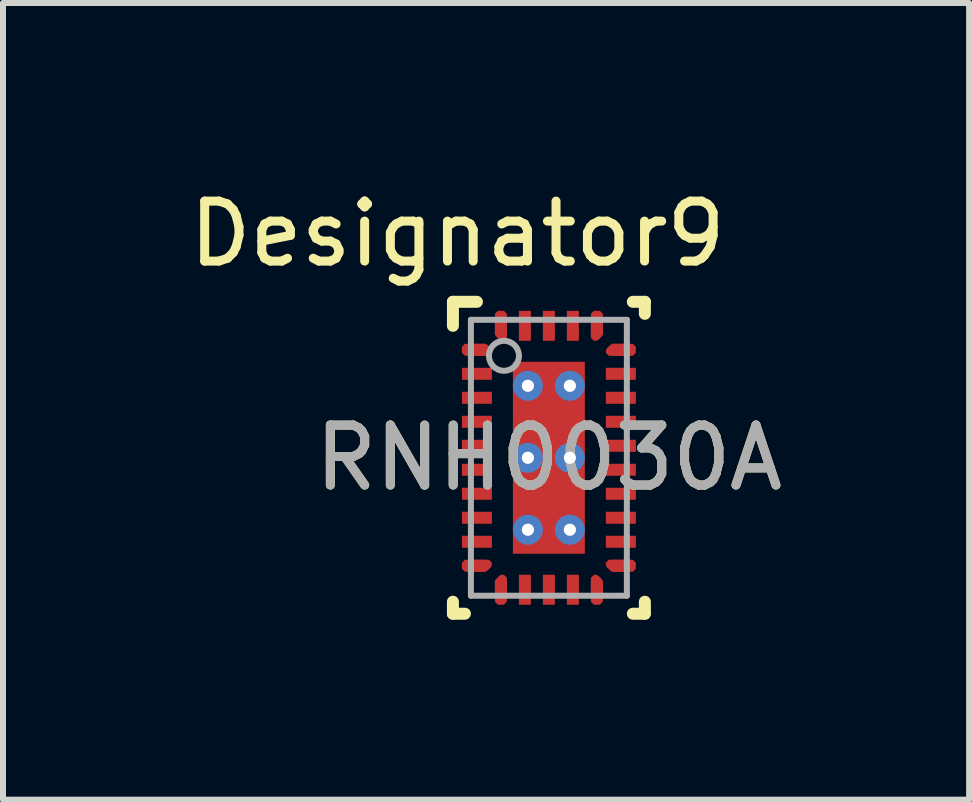
<source format=kicad_pcb>
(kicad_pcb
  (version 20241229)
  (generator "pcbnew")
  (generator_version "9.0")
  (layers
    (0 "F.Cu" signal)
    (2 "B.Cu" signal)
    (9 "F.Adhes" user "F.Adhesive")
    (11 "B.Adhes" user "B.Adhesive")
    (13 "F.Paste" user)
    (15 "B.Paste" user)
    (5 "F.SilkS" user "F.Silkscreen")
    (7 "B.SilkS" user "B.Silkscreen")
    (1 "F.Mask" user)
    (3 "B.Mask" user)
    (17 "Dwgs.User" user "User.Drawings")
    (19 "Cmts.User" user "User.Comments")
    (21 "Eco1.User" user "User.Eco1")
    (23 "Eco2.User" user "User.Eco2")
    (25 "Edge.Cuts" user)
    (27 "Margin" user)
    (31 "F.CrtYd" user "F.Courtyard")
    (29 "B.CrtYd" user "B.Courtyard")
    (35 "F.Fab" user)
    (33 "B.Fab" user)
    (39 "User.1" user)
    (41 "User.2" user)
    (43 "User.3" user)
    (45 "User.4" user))
  (footprint "RNH0030A"
    (layer "F.Cu")
    (at 6.101 4.582)
    (property "Reference" "RNH0030A" (at 0 0 0) (unlocked yes) (layer "F.SilkS") (effects (font (size 1 1) (thickness 0.15))))
    (attr smd)
    (fp_poly (pts (xy -0.965 -1.823) (xy -0.95 -1.788) (xy -0.95 -1.75) (xy -1 -1.7) (xy -1.4 -1.7) (xy -1.45 -1.75) (xy -1.45 -1.85) (xy -1.4 -1.9) (xy -1.062 -1.9) (xy -1.027 -1.885)) (stroke (width 0) (type solid)) (fill yes) (layer "F.Cu"))
    (fp_poly (pts (xy -0.965 1.823) (xy -0.95 1.788) (xy -0.95 1.75) (xy -1 1.7) (xy -1.4 1.7) (xy -1.45 1.75) (xy -1.45 1.85) (xy -1.4 1.9) (xy -1.062 1.9) (xy -1.027 1.885)) (stroke (width 0) (type solid)) (fill yes) (layer "F.Cu"))
    (fp_poly (pts (xy 0.965 -1.823) (xy 0.95 -1.788) (xy 0.95 -1.75) (xy 1 -1.7) (xy 1.4 -1.7) (xy 1.45 -1.75) (xy 1.45 -1.85) (xy 1.4 -1.9) (xy 1.062 -1.9) (xy 1.027 -1.885)) (stroke (width 0) (type solid)) (fill yes) (layer "F.Cu"))
    (fp_poly (pts (xy 0.965 1.823) (xy 0.95 1.788) (xy 0.95 1.75) (xy 1 1.7) (xy 1.4 1.7) (xy 1.45 1.75) (xy 1.45 1.85) (xy 1.4 1.9) (xy 1.062 1.9) (xy 1.027 1.885)) (stroke (width 0) (type solid)) (fill yes) (layer "F.Cu"))
    (fp_poly (pts (xy -0.7 -2.4) (xy -0.75 -2.45) (xy -0.85 -2.45) (xy -0.9 -2.4) (xy -0.9 -2.062) (xy -0.885 -2.027) (xy -0.823 -1.965) (xy -0.823 -1.965) (xy -0.788 -1.95) (xy -0.75 -1.95) (xy -0.7 -2) (xy -0.7 -2)) (stroke (width 0) (type solid)) (fill yes) (layer "F.Cu"))
    (fp_poly (pts (xy -0.7 2.4) (xy -0.75 2.45) (xy -0.85 2.45) (xy -0.9 2.4) (xy -0.9 2.062) (xy -0.885 2.027) (xy -0.823 1.965) (xy -0.823 1.965) (xy -0.788 1.95) (xy -0.75 1.95) (xy -0.7 2) (xy -0.7 2)) (stroke (width 0) (type solid)) (fill yes) (layer "F.Cu"))
    (fp_poly (pts (xy 0.7 -2.4) (xy 0.75 -2.45) (xy 0.85 -2.45) (xy 0.9 -2.4) (xy 0.9 -2.062) (xy 0.885 -2.027) (xy 0.823 -1.965) (xy 0.823 -1.965) (xy 0.788 -1.95) (xy 0.75 -1.95) (xy 0.7 -2) (xy 0.7 -2)) (stroke (width 0) (type solid)) (fill yes) (layer "F.Cu"))
    (fp_poly (pts (xy 0.7 2.4) (xy 0.75 2.45) (xy 0.85 2.45) (xy 0.9 2.4) (xy 0.9 2.062) (xy 0.885 2.027) (xy 0.823 1.965) (xy 0.823 1.965) (xy 0.788 1.95) (xy 0.75 1.95) (xy 0.7 2) (xy 0.7 2)) (stroke (width 0) (type solid)) (fill yes) (layer "F.Cu"))
    (fp_poly (pts (xy -0.929 -1.859) (xy -0.923 -1.851) (xy -0.918 -1.842) (xy -0.904 -1.807) (xy -0.901 -1.798) (xy -0.9 -1.788) (xy -0.9 -1.75) (xy -0.901 -1.74) (xy -0.904 -1.731) (xy -0.908 -1.722) (xy -0.915 -1.715) (xy -0.965 -1.665) (xy -0.972 -1.658) (xy -0.981 -1.654) (xy -0.99 -1.651) (xy -1 -1.65) (xy -1.4 -1.65) (xy -1.41 -1.651) (xy -1.419 -1.654) (xy -1.428 -1.658) (xy -1.435 -1.665) (xy -1.485 -1.715) (xy -1.492 -1.722) (xy -1.496 -1.731) (xy -1.499 -1.74) (xy -1.5 -1.75) (xy -1.5 -1.85) (xy -1.499 -1.86) (xy -1.496 -1.869) (xy -1.492 -1.878) (xy -1.485 -1.885) (xy -1.435 -1.935) (xy -1.428 -1.942) (xy -1.419 -1.946) (xy -1.41 -1.949) (xy -1.4 -1.95) (xy -1.062 -1.95) (xy -1.052 -1.949) (xy -1.043 -1.946) (xy -1.008 -1.932) (xy -0.999 -1.927) (xy -0.991 -1.921)) (stroke (width 0) (type solid)) (fill yes) (layer "F.Mask"))
    (fp_poly (pts (xy -0.929 1.859) (xy -0.991 1.921) (xy -0.999 1.927) (xy -1.008 1.932) (xy -1.043 1.946) (xy -1.052 1.949) (xy -1.062 1.95) (xy -1.4 1.95) (xy -1.41 1.949) (xy -1.419 1.946) (xy -1.428 1.942) (xy -1.435 1.935) (xy -1.485 1.885) (xy -1.492 1.878) (xy -1.496 1.869) (xy -1.499 1.86) (xy -1.5 1.85) (xy -1.5 1.75) (xy -1.499 1.74) (xy -1.496 1.731) (xy -1.492 1.722) (xy -1.485 1.715) (xy -1.435 1.665) (xy -1.428 1.658) (xy -1.419 1.654) (xy -1.41 1.651) (xy -1.4 1.65) (xy -1 1.65) (xy -0.99 1.651) (xy -0.981 1.654) (xy -0.972 1.658) (xy -0.965 1.665) (xy -0.915 1.715) (xy -0.908 1.722) (xy -0.904 1.731) (xy -0.901 1.74) (xy -0.9 1.75) (xy -0.9 1.788) (xy -0.901 1.798) (xy -0.904 1.807) (xy -0.918 1.842) (xy -0.923 1.851)) (stroke (width 0) (type solid)) (fill yes) (layer "F.Mask"))
    (fp_poly (pts (xy 0.929 -1.859) (xy 0.991 -1.921) (xy 0.999 -1.927) (xy 1.008 -1.932) (xy 1.043 -1.946) (xy 1.052 -1.949) (xy 1.062 -1.95) (xy 1.4 -1.95) (xy 1.41 -1.949) (xy 1.419 -1.946) (xy 1.428 -1.942) (xy 1.435 -1.935) (xy 1.485 -1.885) (xy 1.492 -1.878) (xy 1.496 -1.869) (xy 1.499 -1.86) (xy 1.5 -1.85) (xy 1.5 -1.75) (xy 1.499 -1.74) (xy 1.496 -1.731) (xy 1.492 -1.722) (xy 1.485 -1.715) (xy 1.435 -1.665) (xy 1.428 -1.658) (xy 1.419 -1.654) (xy 1.41 -1.651) (xy 1.4 -1.65) (xy 1 -1.65) (xy 0.99 -1.651) (xy 0.981 -1.654) (xy 0.972 -1.658) (xy 0.965 -1.665) (xy 0.915 -1.715) (xy 0.908 -1.722) (xy 0.904 -1.731) (xy 0.901 -1.74) (xy 0.9 -1.75) (xy 0.9 -1.788) (xy 0.901 -1.798) (xy 0.904 -1.807) (xy 0.918 -1.842) (xy 0.923 -1.851)) (stroke (width 0) (type solid)) (fill yes) (layer "F.Mask"))
    (fp_poly (pts (xy 0.929 1.859) (xy 0.923 1.851) (xy 0.918 1.842) (xy 0.904 1.807) (xy 0.901 1.798) (xy 0.9 1.788) (xy 0.9 1.75) (xy 0.901 1.74) (xy 0.904 1.731) (xy 0.908 1.722) (xy 0.915 1.715) (xy 0.965 1.665) (xy 0.972 1.658) (xy 0.981 1.654) (xy 0.99 1.651) (xy 1 1.65) (xy 1.4 1.65) (xy 1.41 1.651) (xy 1.419 1.654) (xy 1.428 1.658) (xy 1.435 1.665) (xy 1.485 1.715) (xy 1.492 1.722) (xy 1.496 1.731) (xy 1.499 1.74) (xy 1.5 1.75) (xy 1.5 1.85) (xy 1.499 1.86) (xy 1.496 1.869) (xy 1.492 1.878) (xy 1.485 1.885) (xy 1.435 1.935) (xy 1.428 1.942) (xy 1.419 1.946) (xy 1.41 1.949) (xy 1.4 1.95) (xy 1.062 1.95) (xy 1.052 1.949) (xy 1.043 1.946) (xy 1.008 1.932) (xy 0.999 1.927) (xy 0.991 1.921)) (stroke (width 0) (type solid)) (fill yes) (layer "F.Mask"))
    (fp_poly (pts (xy -0.665 -1.965) (xy -0.715 -1.915) (xy -0.722 -1.908) (xy -0.731 -1.904) (xy -0.74 -1.901) (xy -0.75 -1.9) (xy -0.788 -1.9) (xy -0.798 -1.901) (xy -0.807 -1.904) (xy -0.842 -1.918) (xy -0.851 -1.923) (xy -0.859 -1.929) (xy -0.921 -1.991) (xy -0.927 -1.999) (xy -0.932 -2.008) (xy -0.946 -2.043) (xy -0.949 -2.052) (xy -0.95 -2.062) (xy -0.95 -2.4) (xy -0.949 -2.41) (xy -0.946 -2.419) (xy -0.942 -2.428) (xy -0.935 -2.435) (xy -0.885 -2.485) (xy -0.878 -2.492) (xy -0.869 -2.496) (xy -0.86 -2.499) (xy -0.85 -2.5) (xy -0.75 -2.5) (xy -0.74 -2.499) (xy -0.731 -2.496) (xy -0.722 -2.492) (xy -0.715 -2.485) (xy -0.665 -2.435) (xy -0.658 -2.428) (xy -0.654 -2.419) (xy -0.651 -2.41) (xy -0.65 -2.4) (xy -0.65 -2) (xy -0.651 -1.99) (xy -0.654 -1.981) (xy -0.658 -1.972) (xy -0.665 -1.965)) (stroke (width 0) (type solid)) (fill yes) (layer "F.Mask"))
    (fp_poly (pts (xy -0.665 1.965) (xy -0.665 1.965) (xy -0.658 1.972) (xy -0.654 1.981) (xy -0.651 1.99) (xy -0.65 2) (xy -0.65 2.4) (xy -0.651 2.41) (xy -0.654 2.419) (xy -0.658 2.428) (xy -0.665 2.435) (xy -0.715 2.485) (xy -0.722 2.492) (xy -0.731 2.496) (xy -0.74 2.499) (xy -0.75 2.5) (xy -0.85 2.5) (xy -0.86 2.499) (xy -0.869 2.496) (xy -0.878 2.492) (xy -0.885 2.485) (xy -0.935 2.435) (xy -0.942 2.428) (xy -0.946 2.419) (xy -0.949 2.41) (xy -0.95 2.4) (xy -0.95 2.062) (xy -0.949 2.052) (xy -0.946 2.043) (xy -0.932 2.008) (xy -0.927 1.999) (xy -0.921 1.991) (xy -0.859 1.929) (xy -0.851 1.923) (xy -0.842 1.918) (xy -0.807 1.904) (xy -0.798 1.901) (xy -0.788 1.9) (xy -0.75 1.9) (xy -0.74 1.901) (xy -0.731 1.904) (xy -0.722 1.908) (xy -0.715 1.915)) (stroke (width 0) (type solid)) (fill yes) (layer "F.Mask"))
    (fp_poly (pts (xy 0.65 -2.4) (xy 0.651 -2.41) (xy 0.654 -2.419) (xy 0.658 -2.428) (xy 0.665 -2.435) (xy 0.715 -2.485) (xy 0.722 -2.492) (xy 0.731 -2.496) (xy 0.74 -2.499) (xy 0.75 -2.5) (xy 0.85 -2.5) (xy 0.86 -2.499) (xy 0.869 -2.496) (xy 0.878 -2.492) (xy 0.885 -2.485) (xy 0.935 -2.435) (xy 0.942 -2.428) (xy 0.946 -2.419) (xy 0.949 -2.41) (xy 0.95 -2.4) (xy 0.95 -2.062) (xy 0.949 -2.052) (xy 0.946 -2.043) (xy 0.932 -2.008) (xy 0.927 -1.999) (xy 0.921 -1.991) (xy 0.859 -1.929) (xy 0.851 -1.923) (xy 0.842 -1.918) (xy 0.807 -1.904) (xy 0.798 -1.901) (xy 0.788 -1.9) (xy 0.75 -1.9) (xy 0.74 -1.901) (xy 0.731 -1.904) (xy 0.722 -1.908) (xy 0.715 -1.915) (xy 0.665 -1.965) (xy 0.665 -1.965) (xy 0.658 -1.972) (xy 0.654 -1.981) (xy 0.651 -1.99) (xy 0.65 -2)) (stroke (width 0) (type solid)) (fill yes) (layer "F.Mask"))
    (fp_poly (pts (xy 0.65 2.4) (xy 0.65 2) (xy 0.651 1.99) (xy 0.654 1.981) (xy 0.658 1.972) (xy 0.665 1.965) (xy 0.665 1.965) (xy 0.715 1.915) (xy 0.722 1.908) (xy 0.731 1.904) (xy 0.74 1.901) (xy 0.75 1.9) (xy 0.788 1.9) (xy 0.798 1.901) (xy 0.807 1.904) (xy 0.842 1.918) (xy 0.851 1.923) (xy 0.859 1.929) (xy 0.921 1.991) (xy 0.927 1.999) (xy 0.932 2.008) (xy 0.946 2.043) (xy 0.949 2.052) (xy 0.95 2.062) (xy 0.95 2.4) (xy 0.949 2.41) (xy 0.946 2.419) (xy 0.942 2.428) (xy 0.935 2.435) (xy 0.885 2.485) (xy 0.878 2.492) (xy 0.869 2.496) (xy 0.86 2.499) (xy 0.85 2.5) (xy 0.75 2.5) (xy 0.74 2.499) (xy 0.731 2.496) (xy 0.722 2.492) (xy 0.715 2.485) (xy 0.665 2.435) (xy 0.658 2.428) (xy 0.654 2.419) (xy 0.651 2.41)) (stroke (width 0) (type solid)) (fill yes) (layer "F.Mask"))
    (fp_line (start -1.6 -2.6) (end -1.6 -2.2) (stroke (width 0.2) (type solid)) (layer "F.SilkS"))
    (fp_line (start -1.6 -2.6) (end -1.2 -2.6) (stroke (width 0.2) (type solid)) (layer "F.SilkS"))
    (fp_line (start -1.6 2.6) (end -1.6 2.4) (stroke (width 0.2) (type solid)) (layer "F.SilkS"))
    (fp_line (start -1.6 2.6) (end -1.4 2.6) (stroke (width 0.2) (type solid)) (layer "F.SilkS"))
    (fp_line (start 1.4 -2.6) (end 1.6 -2.6) (stroke (width 0.2) (type solid)) (layer "F.SilkS"))
    (fp_line (start 1.4 2.6) (end 1.6 2.6) (stroke (width 0.2) (type solid)) (layer "F.SilkS"))
    (fp_line (start 1.6 -2.4) (end 1.6 -2.6) (stroke (width 0.2) (type solid)) (layer "F.SilkS"))
    (fp_line (start 1.6 2.4) (end 1.6 2.6) (stroke (width 0.2) (type solid)) (layer "F.SilkS"))
    (fp_poly (pts (xy -0.965 -1.823) (xy -0.95 -1.788) (xy -0.95 -1.75) (xy -1 -1.7) (xy -1.4 -1.7) (xy -1.45 -1.75) (xy -1.45 -1.85) (xy -1.4 -1.9) (xy -1.062 -1.9) (xy -1.027 -1.885)) (stroke (width 0) (type solid)) (fill yes) (layer "F.Paste"))
    (fp_poly (pts (xy -0.965 1.823) (xy -1.027 1.885) (xy -1.062 1.9) (xy -1.4 1.9) (xy -1.45 1.85) (xy -1.45 1.75) (xy -1.4 1.7) (xy -1 1.7) (xy -0.95 1.75) (xy -0.95 1.788)) (stroke (width 0) (type solid)) (fill yes) (layer "F.Paste"))
    (fp_poly (pts (xy 0.965 -1.823) (xy 1.027 -1.885) (xy 1.062 -1.9) (xy 1.4 -1.9) (xy 1.45 -1.85) (xy 1.45 -1.75) (xy 1.4 -1.7) (xy 1 -1.7) (xy 0.95 -1.75) (xy 0.95 -1.788)) (stroke (width 0) (type solid)) (fill yes) (layer "F.Paste"))
    (fp_poly (pts (xy 0.965 1.823) (xy 0.95 1.788) (xy 0.95 1.75) (xy 1 1.7) (xy 1.4 1.7) (xy 1.45 1.75) (xy 1.45 1.85) (xy 1.4 1.9) (xy 1.062 1.9) (xy 1.027 1.885)) (stroke (width 0) (type solid)) (fill yes) (layer "F.Paste"))
    (fp_poly (pts (xy -0.7 -2.4) (xy -0.7 -2) (xy -0.7 -2) (xy -0.75 -1.95) (xy -0.788 -1.95) (xy -0.823 -1.965) (xy -0.823 -1.965) (xy -0.885 -2.027) (xy -0.9 -2.062) (xy -0.9 -2.4) (xy -0.85 -2.45) (xy -0.75 -2.45)) (stroke (width 0) (type solid)) (fill yes) (layer "F.Paste"))
    (fp_poly (pts (xy -0.7 2.4) (xy -0.75 2.45) (xy -0.85 2.45) (xy -0.9 2.4) (xy -0.9 2.062) (xy -0.885 2.027) (xy -0.823 1.965) (xy -0.823 1.965) (xy -0.788 1.95) (xy -0.75 1.95) (xy -0.7 2) (xy -0.7 2)) (stroke (width 0) (type solid)) (fill yes) (layer "F.Paste"))
    (fp_poly (pts (xy 0.7 -2.4) (xy 0.75 -2.45) (xy 0.85 -2.45) (xy 0.9 -2.4) (xy 0.9 -2.062) (xy 0.885 -2.027) (xy 0.823 -1.965) (xy 0.823 -1.965) (xy 0.788 -1.95) (xy 0.75 -1.95) (xy 0.7 -2) (xy 0.7 -2)) (stroke (width 0) (type solid)) (fill yes) (layer "F.Paste"))
    (fp_poly (pts (xy 0.7 2.4) (xy 0.7 2) (xy 0.7 2) (xy 0.75 1.95) (xy 0.788 1.95) (xy 0.823 1.965) (xy 0.823 1.965) (xy 0.885 2.027) (xy 0.9 2.062) (xy 0.9 2.4) (xy 0.85 2.45) (xy 0.75 2.45)) (stroke (width 0) (type solid)) (fill yes) (layer "F.Paste"))
    (fp_poly (pts (xy -0.565 -0.151) (xy -0.565 -1.439) (xy -0.564 -1.449) (xy -0.561 -1.459) (xy -0.556 -1.467) (xy -0.55 -1.475) (xy -0.542 -1.481) (xy -0.534 -1.486) (xy -0.524 -1.489) (xy -0.514 -1.49) (xy 0.514 -1.49) (xy 0.524 -1.489) (xy 0.534 -1.486) (xy 0.542 -1.481) (xy 0.55 -1.475) (xy 0.556 -1.467) (xy 0.561 -1.459) (xy 0.564 -1.449) (xy 0.565 -1.439) (xy 0.565 -0.151) (xy 0.564 -0.141) (xy 0.561 -0.131) (xy 0.556 -0.123) (xy 0.55 -0.115) (xy 0.542 -0.109) (xy 0.534 -0.104) (xy 0.524 -0.101) (xy 0.514 -0.1) (xy -0.514 -0.1) (xy -0.524 -0.101) (xy -0.534 -0.104) (xy -0.542 -0.109) (xy -0.55 -0.115) (xy -0.556 -0.123) (xy -0.561 -0.131) (xy -0.564 -0.141)) (stroke (width 0) (type solid)) (fill yes) (layer "F.Paste"))
    (fp_poly (pts (xy -0.565 1.439) (xy -0.565 0.151) (xy -0.564 0.141) (xy -0.561 0.131) (xy -0.556 0.123) (xy -0.55 0.115) (xy -0.542 0.109) (xy -0.534 0.104) (xy -0.524 0.101) (xy -0.514 0.1) (xy 0.514 0.1) (xy 0.524 0.101) (xy 0.534 0.104) (xy 0.542 0.109) (xy 0.55 0.115) (xy 0.556 0.123) (xy 0.561 0.131) (xy 0.564 0.141) (xy 0.565 0.151) (xy 0.565 1.439) (xy 0.564 1.449) (xy 0.561 1.459) (xy 0.556 1.467) (xy 0.55 1.475) (xy 0.542 1.481) (xy 0.534 1.486) (xy 0.524 1.489) (xy 0.514 1.49) (xy -0.514 1.49) (xy -0.524 1.489) (xy -0.534 1.486) (xy -0.542 1.481) (xy -0.55 1.475) (xy -0.556 1.467) (xy -0.561 1.459) (xy -0.564 1.449)) (stroke (width 0) (type solid)) (fill yes) (layer "F.Paste"))
    (fp_line (start -1.3 -2.3) (end 1.3 -2.3) (stroke (width 0.1) (type solid)) (layer "F.Fab"))
    (fp_line (start -1.3 2.3) (end -1.3 -2.3) (stroke (width 0.1) (type solid)) (layer "F.Fab"))
    (fp_line (start -1.3 2.3) (end 1.3 2.3) (stroke (width 0.1) (type solid)) (layer "F.Fab"))
    (fp_line (start 1.3 2.3) (end 1.3 -2.3) (stroke (width 0.1) (type solid)) (layer "F.Fab"))
    (fp_circle (center -0.749 -1.7) (end -0.499 -1.7) (stroke (width 0.1) (type solid)) (fill no) (layer "F.Fab"))
    (fp_text user "Designator9" (at -1.524 -3.734 0) (unlocked yes) (layer "F.SilkS") (effects (font (size 1 1) (thickness 0.15))))
    (fp_text user "${REFERENCE}" (at 0 0 0) (unlocked yes) (layer "F.Fab") (effects (font (size 1 1) (thickness 0.15))))
    (pad "1" smd rect (at -1.2 -1.8) (size 0.3 0.2) (layers "F.Cu"))
    (pad "2" smd rect (at -1.2 -1.4) (size 0.5 0.2) (layers "F.Cu" "F.Mask" "F.Paste"))
    (pad "3" smd rect (at -1.2 -1) (size 0.5 0.2) (layers "F.Cu" "F.Mask" "F.Paste"))
    (pad "4" smd rect (at -1.2 -0.6) (size 0.5 0.2) (layers "F.Cu" "F.Mask" "F.Paste"))
    (pad "5" smd rect (at -1.2 -0.2) (size 0.5 0.2) (layers "F.Cu" "F.Mask" "F.Paste"))
    (pad "6" smd rect (at -1.2 0.2) (size 0.5 0.2) (layers "F.Cu" "F.Mask" "F.Paste"))
    (pad "7" smd rect (at -1.2 0.6) (size 0.5 0.2) (layers "F.Cu" "F.Mask" "F.Paste"))
    (pad "8" smd rect (at -1.2 1) (size 0.5 0.2) (layers "F.Cu" "F.Mask" "F.Paste"))
    (pad "9" smd rect (at -1.2 1.4) (size 0.5 0.2) (layers "F.Cu" "F.Mask" "F.Paste"))
    (pad "10" smd rect (at -1.2 1.8) (size 0.3 0.2) (layers "F.Cu"))
    (pad "11" smd rect (at -0.8 2.2 90) (size 0.3 0.2) (layers "F.Cu"))
    (pad "12" smd rect (at -0.4 2.2 90) (size 0.5 0.2) (layers "F.Cu" "F.Mask" "F.Paste"))
    (pad "13" smd rect (at 0 2.2 90) (size 0.5 0.2) (layers "F.Cu" "F.Mask" "F.Paste"))
    (pad "14" smd rect (at 0.4 2.2 90) (size 0.5 0.2) (layers "F.Cu" "F.Mask" "F.Paste"))
    (pad "15" smd rect (at 0.8 2.2 90) (size 0.3 0.2) (layers "F.Cu"))
    (pad "16" smd rect (at 1.2 1.8) (size 0.3 0.2) (layers "F.Cu"))
    (pad "17" smd rect (at 1.2 1.4) (size 0.5 0.2) (layers "F.Cu" "F.Mask" "F.Paste"))
    (pad "18" smd rect (at 1.2 1) (size 0.5 0.2) (layers "F.Cu" "F.Mask" "F.Paste"))
    (pad "19" smd rect (at 1.2 0.6) (size 0.5 0.2) (layers "F.Cu" "F.Mask" "F.Paste"))
    (pad "20" smd rect (at 1.2 0.2) (size 0.5 0.2) (layers "F.Cu" "F.Mask" "F.Paste"))
    (pad "21" smd rect (at 1.2 -0.2) (size 0.5 0.2) (layers "F.Cu" "F.Mask" "F.Paste"))
    (pad "22" smd rect (at 1.2 -0.6) (size 0.5 0.2) (layers "F.Cu" "F.Mask" "F.Paste"))
    (pad "23" smd rect (at 1.2 -1) (size 0.5 0.2) (layers "F.Cu" "F.Mask" "F.Paste"))
    (pad "24" smd rect (at 1.2 -1.4) (size 0.5 0.2) (layers "F.Cu" "F.Mask" "F.Paste"))
    (pad "25" smd rect (at 1.2 -1.8) (size 0.3 0.2) (layers "F.Cu"))
    (pad "26" smd rect (at 0.8 -2.2 90) (size 0.3 0.2) (layers "F.Cu"))
    (pad "27" smd rect (at 0.4 -2.2 90) (size 0.5 0.2) (layers "F.Cu" "F.Mask" "F.Paste"))
    (pad "28" smd rect (at 0 -2.2 90) (size 0.5 0.2) (layers "F.Cu" "F.Mask" "F.Paste"))
    (pad "29" smd rect (at -0.4 -2.2 90) (size 0.5 0.2) (layers "F.Cu" "F.Mask" "F.Paste"))
    (pad "30" smd rect (at -0.8 -2.2 90) (size 0.3 0.2) (layers "F.Cu"))
    (pad "31" smd rect (at 0 0) (size 1.2 3.2) (layers "F.Cu" "F.Mask"))
    (pad "V" thru_hole circle (at -0.35 -1.2) (size 0.5 0.5) (drill 0.203) (layers "*.Cu" "*.Mask"))
    (pad "V" thru_hole circle (at -0.35 0) (size 0.5 0.5) (drill 0.203) (layers "*.Cu" "*.Mask"))
    (pad "V" thru_hole circle (at -0.35 1.2) (size 0.5 0.5) (drill 0.203) (layers "*.Cu" "*.Mask"))
    (pad "V" thru_hole circle (at 0.35 -1.2) (size 0.5 0.5) (drill 0.203) (layers "*.Cu" "*.Mask"))
    (pad "V" thru_hole circle (at 0.35 0) (size 0.5 0.5) (drill 0.203) (layers "*.Cu" "*.Mask"))
    (pad "V" thru_hole circle (at 0.35 1.2) (size 0.5 0.5) (drill 0.203) (layers "*.Cu" "*.Mask")))
  (gr_rect
    (start -3 -3)
    (end 13.107 10.282)
    (stroke (width 0.1) (type default))
    (fill no)
    (layer "Edge.Cuts")))
</source>
